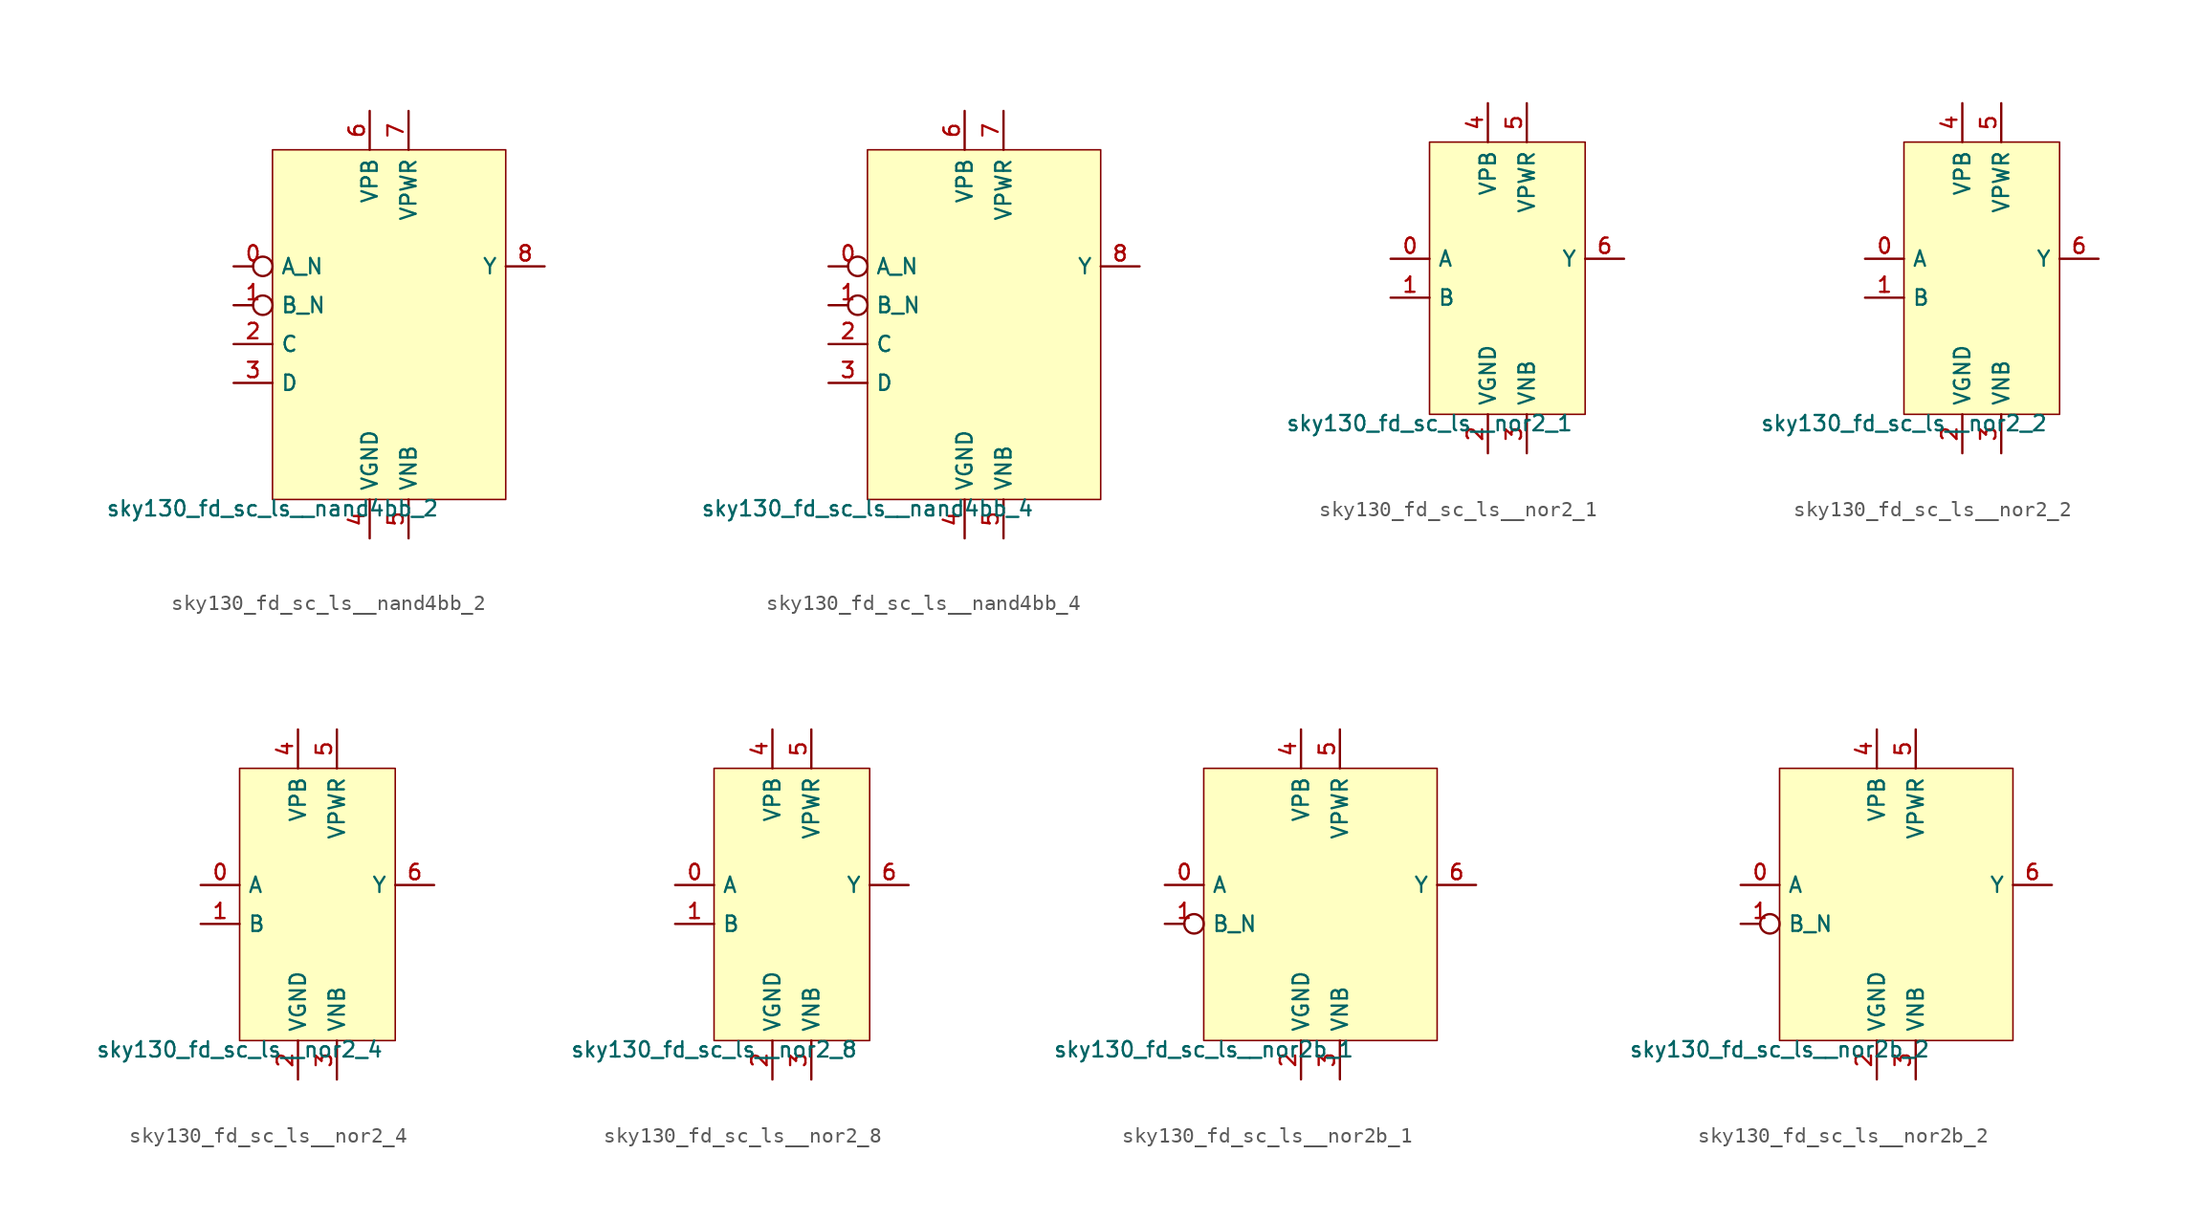
<source format=kicad_sym>
(kicad_symbol_lib
  (version 20211014)
  (generator lef2kicad_sym)
  (symbol "sky130_fd_sc_ls__nand4bb_2"
    (property "Reference" "X"
      (at 0 0 0)
      (effects (font (size 1 1)) hide))
    (property "Value" "sky130_fd_sc_ls__nand4bb_2"
      (at -7.62 -11.43 0)
      (effects (font (size 1 1)) (justify top)))
    (rectangle
      (start -7.62 -11.43)
      (end 7.62 11.43)
      (stroke (width 0.1) (type solid) (color 0 0 0 0))
      (fill (type background)))
    (pin input inverted
      (at -10.16 3.81 0)
      (length 2.54)
      (name "A_N" (effects (font (size 1 1)) hide))
      (number "0" (effects (font (size 1 1)) hide)))
    (pin input inverted
      (at -10.16 1.27 0)
      (length 2.54)
      (name "B_N" (effects (font (size 1 1)) hide))
      (number "1" (effects (font (size 1 1)) hide)))
    (pin input line
      (at -10.16 -1.27 0)
      (length 2.54)
      (name "C" (effects (font (size 1 1)) hide))
      (number "2" (effects (font (size 1 1)) hide)))
    (pin input line
      (at -10.16 -3.81 0)
      (length 2.54)
      (name "D" (effects (font (size 1 1)) hide))
      (number "3" (effects (font (size 1 1)) hide)))
    (pin power_in line
      (at -1.27 -13.97 90)
      (length 2.54)
      (name "VGND" (effects (font (size 1 1)) hide))
      (number "4" (effects (font (size 1 1)) hide)))
    (pin power_in line
      (at 1.27 -13.97 90)
      (length 2.54)
      (name "VNB" (effects (font (size 1 1)) hide))
      (number "5" (effects (font (size 1 1)) hide)))
    (pin power_in line
      (at -1.27 13.97 270)
      (length 2.54)
      (name "VPB" (effects (font (size 1 1)) hide))
      (number "6" (effects (font (size 1 1)) hide)))
    (pin power_in line
      (at 1.27 13.97 270)
      (length 2.54)
      (name "VPWR" (effects (font (size 1 1)) hide))
      (number "7" (effects (font (size 1 1)) hide)))
    (pin output line
      (at 10.16 3.81 180)
      (length 2.54)
      (name "Y" (effects (font (size 1 1)) hide))
      (number "8" (effects (font (size 1 1)) hide))))
  (symbol "sky130_fd_sc_ls__nand4bb_4"
    (property "Reference" "X"
      (at 0 0 0)
      (effects (font (size 1 1)) hide))
    (property "Value" "sky130_fd_sc_ls__nand4bb_4"
      (at -7.62 -11.43 0)
      (effects (font (size 1 1)) (justify top)))
    (rectangle
      (start -7.62 -11.43)
      (end 7.62 11.43)
      (stroke (width 0.1) (type solid) (color 0 0 0 0))
      (fill (type background)))
    (pin input inverted
      (at -10.16 3.81 0)
      (length 2.54)
      (name "A_N" (effects (font (size 1 1)) hide))
      (number "0" (effects (font (size 1 1)) hide)))
    (pin input inverted
      (at -10.16 1.27 0)
      (length 2.54)
      (name "B_N" (effects (font (size 1 1)) hide))
      (number "1" (effects (font (size 1 1)) hide)))
    (pin input line
      (at -10.16 -1.27 0)
      (length 2.54)
      (name "C" (effects (font (size 1 1)) hide))
      (number "2" (effects (font (size 1 1)) hide)))
    (pin input line
      (at -10.16 -3.81 0)
      (length 2.54)
      (name "D" (effects (font (size 1 1)) hide))
      (number "3" (effects (font (size 1 1)) hide)))
    (pin power_in line
      (at -1.27 -13.97 90)
      (length 2.54)
      (name "VGND" (effects (font (size 1 1)) hide))
      (number "4" (effects (font (size 1 1)) hide)))
    (pin power_in line
      (at 1.27 -13.97 90)
      (length 2.54)
      (name "VNB" (effects (font (size 1 1)) hide))
      (number "5" (effects (font (size 1 1)) hide)))
    (pin power_in line
      (at -1.27 13.97 270)
      (length 2.54)
      (name "VPB" (effects (font (size 1 1)) hide))
      (number "6" (effects (font (size 1 1)) hide)))
    (pin power_in line
      (at 1.27 13.97 270)
      (length 2.54)
      (name "VPWR" (effects (font (size 1 1)) hide))
      (number "7" (effects (font (size 1 1)) hide)))
    (pin output line
      (at 10.16 3.81 180)
      (length 2.54)
      (name "Y" (effects (font (size 1 1)) hide))
      (number "8" (effects (font (size 1 1)) hide))))
  (symbol "sky130_fd_sc_ls__nor2_1"
    (property "Reference" "X"
      (at 0 0 0)
      (effects (font (size 1 1)) hide))
    (property "Value" "sky130_fd_sc_ls__nor2_1"
      (at -5.08 -8.89 0)
      (effects (font (size 1 1)) (justify top)))
    (rectangle
      (start -5.08 -8.89)
      (end 5.08 8.89)
      (stroke (width 0.1) (type solid) (color 0 0 0 0))
      (fill (type background)))
    (pin input line
      (at -7.62 1.27 0)
      (length 2.54)
      (name "A" (effects (font (size 1 1)) hide))
      (number "0" (effects (font (size 1 1)) hide)))
    (pin input line
      (at -7.62 -1.27 0)
      (length 2.54)
      (name "B" (effects (font (size 1 1)) hide))
      (number "1" (effects (font (size 1 1)) hide)))
    (pin power_in line
      (at -1.27 -11.43 90)
      (length 2.54)
      (name "VGND" (effects (font (size 1 1)) hide))
      (number "2" (effects (font (size 1 1)) hide)))
    (pin power_in line
      (at 1.27 -11.43 90)
      (length 2.54)
      (name "VNB" (effects (font (size 1 1)) hide))
      (number "3" (effects (font (size 1 1)) hide)))
    (pin power_in line
      (at -1.27 11.43 270)
      (length 2.54)
      (name "VPB" (effects (font (size 1 1)) hide))
      (number "4" (effects (font (size 1 1)) hide)))
    (pin power_in line
      (at 1.27 11.43 270)
      (length 2.54)
      (name "VPWR" (effects (font (size 1 1)) hide))
      (number "5" (effects (font (size 1 1)) hide)))
    (pin output line
      (at 7.62 1.27 180)
      (length 2.54)
      (name "Y" (effects (font (size 1 1)) hide))
      (number "6" (effects (font (size 1 1)) hide))))
  (symbol "sky130_fd_sc_ls__nor2_2"
    (property "Reference" "X"
      (at 0 0 0)
      (effects (font (size 1 1)) hide))
    (property "Value" "sky130_fd_sc_ls__nor2_2"
      (at -5.08 -8.89 0)
      (effects (font (size 1 1)) (justify top)))
    (rectangle
      (start -5.08 -8.89)
      (end 5.08 8.89)
      (stroke (width 0.1) (type solid) (color 0 0 0 0))
      (fill (type background)))
    (pin input line
      (at -7.62 1.27 0)
      (length 2.54)
      (name "A" (effects (font (size 1 1)) hide))
      (number "0" (effects (font (size 1 1)) hide)))
    (pin input line
      (at -7.62 -1.27 0)
      (length 2.54)
      (name "B" (effects (font (size 1 1)) hide))
      (number "1" (effects (font (size 1 1)) hide)))
    (pin power_in line
      (at -1.27 -11.43 90)
      (length 2.54)
      (name "VGND" (effects (font (size 1 1)) hide))
      (number "2" (effects (font (size 1 1)) hide)))
    (pin power_in line
      (at 1.27 -11.43 90)
      (length 2.54)
      (name "VNB" (effects (font (size 1 1)) hide))
      (number "3" (effects (font (size 1 1)) hide)))
    (pin power_in line
      (at -1.27 11.43 270)
      (length 2.54)
      (name "VPB" (effects (font (size 1 1)) hide))
      (number "4" (effects (font (size 1 1)) hide)))
    (pin power_in line
      (at 1.27 11.43 270)
      (length 2.54)
      (name "VPWR" (effects (font (size 1 1)) hide))
      (number "5" (effects (font (size 1 1)) hide)))
    (pin output line
      (at 7.62 1.27 180)
      (length 2.54)
      (name "Y" (effects (font (size 1 1)) hide))
      (number "6" (effects (font (size 1 1)) hide))))
  (symbol "sky130_fd_sc_ls__nor2_4"
    (property "Reference" "X"
      (at 0 0 0)
      (effects (font (size 1 1)) hide))
    (property "Value" "sky130_fd_sc_ls__nor2_4"
      (at -5.08 -8.89 0)
      (effects (font (size 1 1)) (justify top)))
    (rectangle
      (start -5.08 -8.89)
      (end 5.08 8.89)
      (stroke (width 0.1) (type solid) (color 0 0 0 0))
      (fill (type background)))
    (pin input line
      (at -7.62 1.27 0)
      (length 2.54)
      (name "A" (effects (font (size 1 1)) hide))
      (number "0" (effects (font (size 1 1)) hide)))
    (pin input line
      (at -7.62 -1.27 0)
      (length 2.54)
      (name "B" (effects (font (size 1 1)) hide))
      (number "1" (effects (font (size 1 1)) hide)))
    (pin power_in line
      (at -1.27 -11.43 90)
      (length 2.54)
      (name "VGND" (effects (font (size 1 1)) hide))
      (number "2" (effects (font (size 1 1)) hide)))
    (pin power_in line
      (at 1.27 -11.43 90)
      (length 2.54)
      (name "VNB" (effects (font (size 1 1)) hide))
      (number "3" (effects (font (size 1 1)) hide)))
    (pin power_in line
      (at -1.27 11.43 270)
      (length 2.54)
      (name "VPB" (effects (font (size 1 1)) hide))
      (number "4" (effects (font (size 1 1)) hide)))
    (pin power_in line
      (at 1.27 11.43 270)
      (length 2.54)
      (name "VPWR" (effects (font (size 1 1)) hide))
      (number "5" (effects (font (size 1 1)) hide)))
    (pin output line
      (at 7.62 1.27 180)
      (length 2.54)
      (name "Y" (effects (font (size 1 1)) hide))
      (number "6" (effects (font (size 1 1)) hide))))
  (symbol "sky130_fd_sc_ls__nor2_8"
    (property "Reference" "X"
      (at 0 0 0)
      (effects (font (size 1 1)) hide))
    (property "Value" "sky130_fd_sc_ls__nor2_8"
      (at -5.08 -8.89 0)
      (effects (font (size 1 1)) (justify top)))
    (rectangle
      (start -5.08 -8.89)
      (end 5.08 8.89)
      (stroke (width 0.1) (type solid) (color 0 0 0 0))
      (fill (type background)))
    (pin input line
      (at -7.62 1.27 0)
      (length 2.54)
      (name "A" (effects (font (size 1 1)) hide))
      (number "0" (effects (font (size 1 1)) hide)))
    (pin input line
      (at -7.62 -1.27 0)
      (length 2.54)
      (name "B" (effects (font (size 1 1)) hide))
      (number "1" (effects (font (size 1 1)) hide)))
    (pin power_in line
      (at -1.27 -11.43 90)
      (length 2.54)
      (name "VGND" (effects (font (size 1 1)) hide))
      (number "2" (effects (font (size 1 1)) hide)))
    (pin power_in line
      (at 1.27 -11.43 90)
      (length 2.54)
      (name "VNB" (effects (font (size 1 1)) hide))
      (number "3" (effects (font (size 1 1)) hide)))
    (pin power_in line
      (at -1.27 11.43 270)
      (length 2.54)
      (name "VPB" (effects (font (size 1 1)) hide))
      (number "4" (effects (font (size 1 1)) hide)))
    (pin power_in line
      (at 1.27 11.43 270)
      (length 2.54)
      (name "VPWR" (effects (font (size 1 1)) hide))
      (number "5" (effects (font (size 1 1)) hide)))
    (pin output line
      (at 7.62 1.27 180)
      (length 2.54)
      (name "Y" (effects (font (size 1 1)) hide))
      (number "6" (effects (font (size 1 1)) hide))))
  (symbol "sky130_fd_sc_ls__nor2b_1"
    (property "Reference" "X"
      (at 0 0 0)
      (effects (font (size 1 1)) hide))
    (property "Value" "sky130_fd_sc_ls__nor2b_1"
      (at -7.62 -8.89 0)
      (effects (font (size 1 1)) (justify top)))
    (rectangle
      (start -7.62 -8.89)
      (end 7.62 8.89)
      (stroke (width 0.1) (type solid) (color 0 0 0 0))
      (fill (type background)))
    (pin input line
      (at -10.16 1.27 0)
      (length 2.54)
      (name "A" (effects (font (size 1 1)) hide))
      (number "0" (effects (font (size 1 1)) hide)))
    (pin input inverted
      (at -10.16 -1.27 0)
      (length 2.54)
      (name "B_N" (effects (font (size 1 1)) hide))
      (number "1" (effects (font (size 1 1)) hide)))
    (pin power_in line
      (at -1.27 -11.43 90)
      (length 2.54)
      (name "VGND" (effects (font (size 1 1)) hide))
      (number "2" (effects (font (size 1 1)) hide)))
    (pin power_in line
      (at 1.27 -11.43 90)
      (length 2.54)
      (name "VNB" (effects (font (size 1 1)) hide))
      (number "3" (effects (font (size 1 1)) hide)))
    (pin power_in line
      (at -1.27 11.43 270)
      (length 2.54)
      (name "VPB" (effects (font (size 1 1)) hide))
      (number "4" (effects (font (size 1 1)) hide)))
    (pin power_in line
      (at 1.27 11.43 270)
      (length 2.54)
      (name "VPWR" (effects (font (size 1 1)) hide))
      (number "5" (effects (font (size 1 1)) hide)))
    (pin output line
      (at 10.16 1.27 180)
      (length 2.54)
      (name "Y" (effects (font (size 1 1)) hide))
      (number "6" (effects (font (size 1 1)) hide))))
  (symbol "sky130_fd_sc_ls__nor2b_2"
    (property "Reference" "X"
      (at 0 0 0)
      (effects (font (size 1 1)) hide))
    (property "Value" "sky130_fd_sc_ls__nor2b_2"
      (at -7.62 -8.89 0)
      (effects (font (size 1 1)) (justify top)))
    (rectangle
      (start -7.62 -8.89)
      (end 7.62 8.89)
      (stroke (width 0.1) (type solid) (color 0 0 0 0))
      (fill (type background)))
    (pin input line
      (at -10.16 1.27 0)
      (length 2.54)
      (name "A" (effects (font (size 1 1)) hide))
      (number "0" (effects (font (size 1 1)) hide)))
    (pin input inverted
      (at -10.16 -1.27 0)
      (length 2.54)
      (name "B_N" (effects (font (size 1 1)) hide))
      (number "1" (effects (font (size 1 1)) hide)))
    (pin power_in line
      (at -1.27 -11.43 90)
      (length 2.54)
      (name "VGND" (effects (font (size 1 1)) hide))
      (number "2" (effects (font (size 1 1)) hide)))
    (pin power_in line
      (at 1.27 -11.43 90)
      (length 2.54)
      (name "VNB" (effects (font (size 1 1)) hide))
      (number "3" (effects (font (size 1 1)) hide)))
    (pin power_in line
      (at -1.27 11.43 270)
      (length 2.54)
      (name "VPB" (effects (font (size 1 1)) hide))
      (number "4" (effects (font (size 1 1)) hide)))
    (pin power_in line
      (at 1.27 11.43 270)
      (length 2.54)
      (name "VPWR" (effects (font (size 1 1)) hide))
      (number "5" (effects (font (size 1 1)) hide)))
    (pin output line
      (at 10.16 1.27 180)
      (length 2.54)
      (name "Y" (effects (font (size 1 1)) hide))
      (number "6" (effects (font (size 1 1)) hide)))))
</source>
